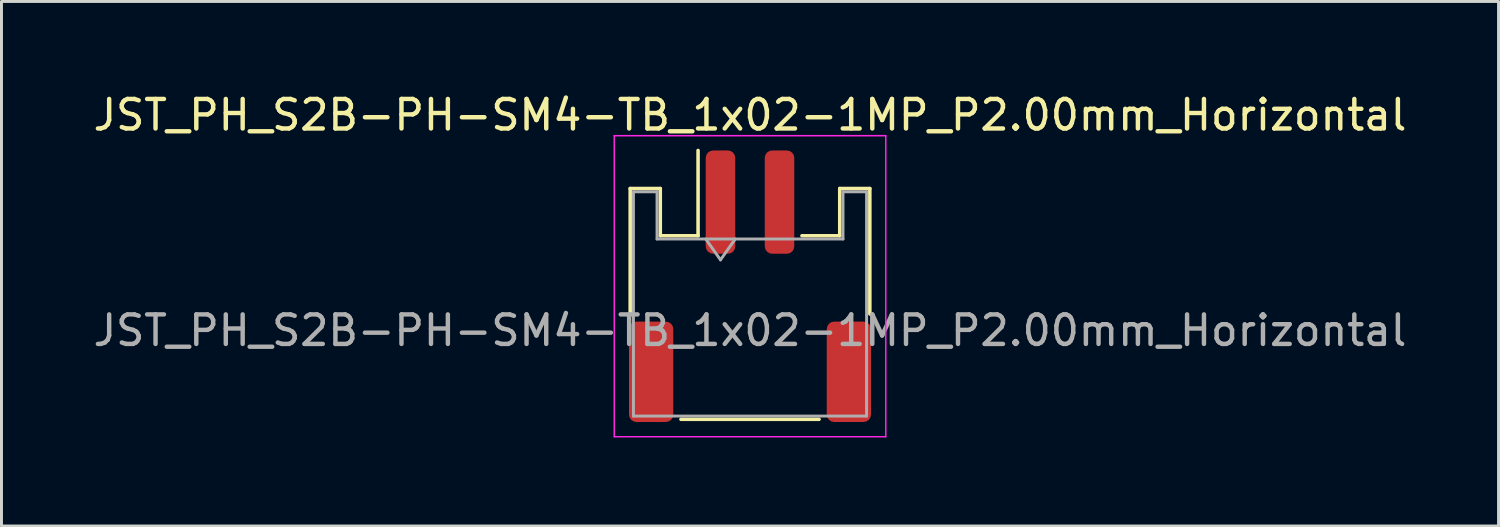
<source format=kicad_pcb>
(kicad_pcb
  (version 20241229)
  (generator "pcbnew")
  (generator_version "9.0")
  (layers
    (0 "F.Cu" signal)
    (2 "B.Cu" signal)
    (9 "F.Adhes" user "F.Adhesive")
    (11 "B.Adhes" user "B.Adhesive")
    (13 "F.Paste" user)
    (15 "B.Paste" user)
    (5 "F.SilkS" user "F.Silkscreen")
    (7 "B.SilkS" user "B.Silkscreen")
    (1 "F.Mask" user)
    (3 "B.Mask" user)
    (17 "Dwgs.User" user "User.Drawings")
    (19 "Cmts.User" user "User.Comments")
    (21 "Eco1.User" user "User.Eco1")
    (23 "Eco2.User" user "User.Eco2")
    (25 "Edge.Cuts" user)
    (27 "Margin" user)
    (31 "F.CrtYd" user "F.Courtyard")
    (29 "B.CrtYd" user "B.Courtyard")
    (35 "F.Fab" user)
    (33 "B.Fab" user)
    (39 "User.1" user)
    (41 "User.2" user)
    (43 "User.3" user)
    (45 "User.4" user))
  (footprint "JST_PH_S2B-PH-SM4-TB_1x02-1MP_P2.00mm_Horizontal"
    (layer "F.Cu")
    (at 22.363 6.648)
    (property "Reference" "JST_PH_S2B-PH-SM4-TB_1x02-1MP_P2.00mm_Horizontal" (at 0 -5.8 0) (layer "F.SilkS") (effects (font (size 1 1) (thickness 0.15))))
    (attr smd)
    (fp_line (start -4.06 -3.31) (end -3.04 -3.31) (stroke (width 0.12) (type solid)) (layer "F.SilkS"))
    (fp_line (start -4.06 0.94) (end -4.06 -3.31) (stroke (width 0.12) (type solid)) (layer "F.SilkS"))
    (fp_line (start -3.04 -3.31) (end -3.04 -1.71) (stroke (width 0.12) (type solid)) (layer "F.SilkS"))
    (fp_line (start -3.04 -1.71) (end -1.76 -1.71) (stroke (width 0.12) (type solid)) (layer "F.SilkS"))
    (fp_line (start -2.34 4.51) (end 2.34 4.51) (stroke (width 0.12) (type solid)) (layer "F.SilkS"))
    (fp_line (start -1.76 -1.71) (end -1.76 -4.6) (stroke (width 0.12) (type solid)) (layer "F.SilkS"))
    (fp_line (start 3.04 -3.31) (end 3.04 -1.71) (stroke (width 0.12) (type solid)) (layer "F.SilkS"))
    (fp_line (start 3.04 -1.71) (end 1.76 -1.71) (stroke (width 0.12) (type solid)) (layer "F.SilkS"))
    (fp_line (start 4.06 -3.31) (end 3.04 -3.31) (stroke (width 0.12) (type solid)) (layer "F.SilkS"))
    (fp_line (start 4.06 0.94) (end 4.06 -3.31) (stroke (width 0.12) (type solid)) (layer "F.SilkS"))
    (fp_line (start -4.6 -5.1) (end -4.6 5.1) (stroke (width 0.05) (type solid)) (layer "F.CrtYd"))
    (fp_line (start -4.6 5.1) (end 4.6 5.1) (stroke (width 0.05) (type solid)) (layer "F.CrtYd"))
    (fp_line (start 4.6 -5.1) (end -4.6 -5.1) (stroke (width 0.05) (type solid)) (layer "F.CrtYd"))
    (fp_line (start 4.6 5.1) (end 4.6 -5.1) (stroke (width 0.05) (type solid)) (layer "F.CrtYd"))
    (fp_line (start -3.95 -3.2) (end -3.95 4.4) (stroke (width 0.1) (type solid)) (layer "F.Fab"))
    (fp_line (start -3.95 -3.2) (end -3.15 -3.2) (stroke (width 0.1) (type solid)) (layer "F.Fab"))
    (fp_line (start -3.95 4.4) (end 3.95 4.4) (stroke (width 0.1) (type solid)) (layer "F.Fab"))
    (fp_line (start -3.15 -3.2) (end -3.15 -1.6) (stroke (width 0.1) (type solid)) (layer "F.Fab"))
    (fp_line (start -3.15 -1.6) (end 3.15 -1.6) (stroke (width 0.1) (type solid)) (layer "F.Fab"))
    (fp_line (start -1.5 -1.6) (end -1 -0.893) (stroke (width 0.1) (type solid)) (layer "F.Fab"))
    (fp_line (start -1 -0.893) (end -0.5 -1.6) (stroke (width 0.1) (type solid)) (layer "F.Fab"))
    (fp_line (start 3.15 -3.2) (end 3.95 -3.2) (stroke (width 0.1) (type solid)) (layer "F.Fab"))
    (fp_line (start 3.15 -1.6) (end 3.15 -3.2) (stroke (width 0.1) (type solid)) (layer "F.Fab"))
    (fp_line (start 3.95 -3.2) (end 3.95 4.4) (stroke (width 0.1) (type solid)) (layer "F.Fab"))
    (fp_text user "${REFERENCE}" (at 0 1.5 0) (layer "F.Fab") (effects (font (size 1 1) (thickness 0.15))))
    (pad "1" smd roundrect (at -1 -2.85) (size 1 3.5) (layers "F.Cu" "F.Mask" "F.Paste") (roundrect_rratio 0.25))
    (pad "2" smd roundrect (at 1 -2.85) (size 1 3.5) (layers "F.Cu" "F.Mask" "F.Paste") (roundrect_rratio 0.25))
    (pad "MP" smd roundrect (at -3.35 2.9) (size 1.5 3.4) (layers "F.Cu" "F.Mask" "F.Paste") (roundrect_rratio 0.167))
    (pad "MP" smd roundrect (at 3.35 2.9) (size 1.5 3.4) (layers "F.Cu" "F.Mask" "F.Paste") (roundrect_rratio 0.167)))
  (gr_rect
    (start -3 -3)
    (end 47.726 14.773)
    (stroke (width 0.1) (type default))
    (fill no)
    (layer "Edge.Cuts")))
</source>
